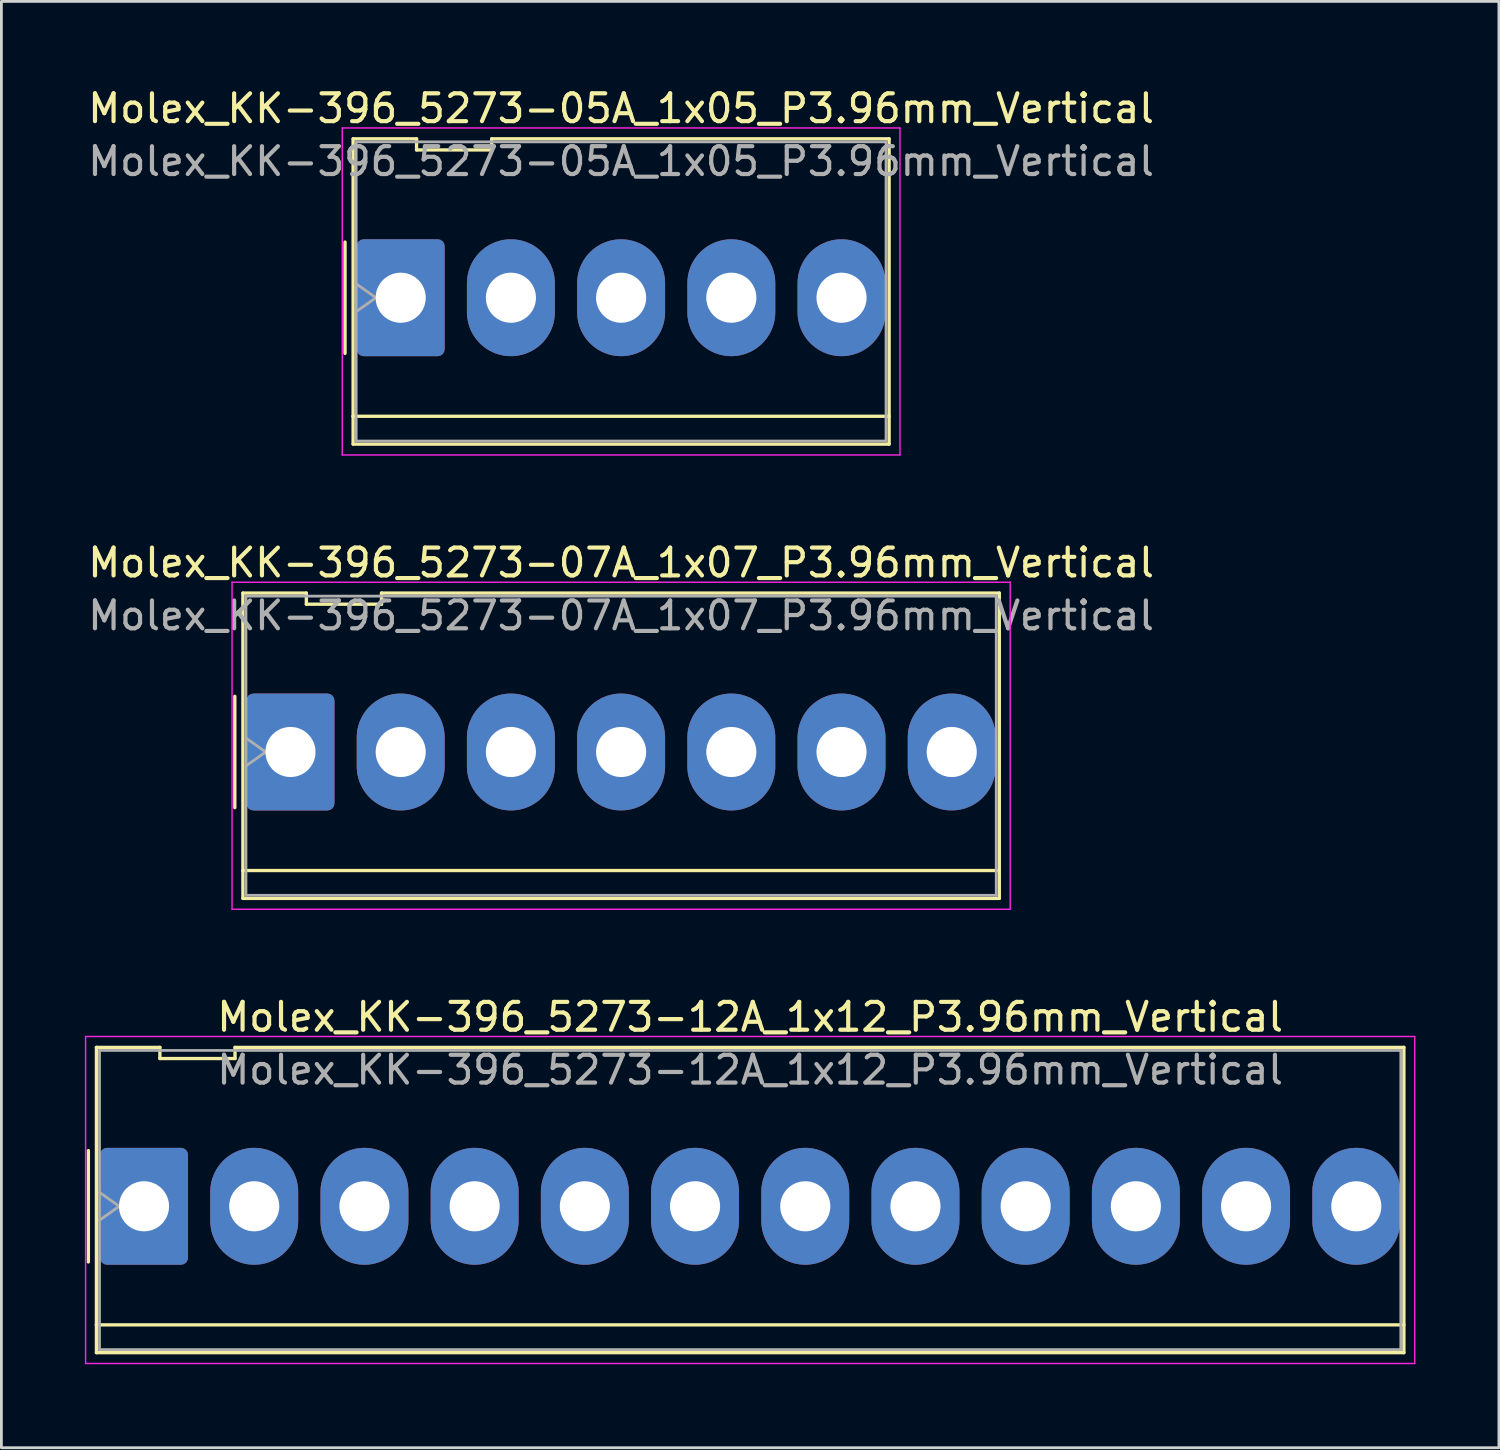
<source format=kicad_pcb>
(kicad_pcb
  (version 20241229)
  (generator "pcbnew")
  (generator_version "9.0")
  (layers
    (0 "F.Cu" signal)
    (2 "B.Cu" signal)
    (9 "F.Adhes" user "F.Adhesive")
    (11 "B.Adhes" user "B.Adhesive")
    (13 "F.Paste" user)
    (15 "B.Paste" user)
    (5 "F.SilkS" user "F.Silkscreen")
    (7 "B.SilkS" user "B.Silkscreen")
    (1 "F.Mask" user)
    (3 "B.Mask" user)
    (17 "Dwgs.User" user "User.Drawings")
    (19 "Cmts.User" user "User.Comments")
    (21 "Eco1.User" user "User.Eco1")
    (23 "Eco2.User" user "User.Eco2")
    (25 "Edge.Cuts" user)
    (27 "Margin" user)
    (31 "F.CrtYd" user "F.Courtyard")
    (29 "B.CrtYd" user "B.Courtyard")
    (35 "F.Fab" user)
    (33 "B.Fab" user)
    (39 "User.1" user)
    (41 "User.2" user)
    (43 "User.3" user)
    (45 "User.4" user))
  (footprint "Molex_KK-396_5273-05A_1x05_P3.96mm_Vertical"
    (layer "F.Cu")
    (at 11.348 7.648)
    (property "Reference" "Molex_KK-396_5273-05A_1x05_P3.96mm_Vertical" (at 7.92 -6.8 0) (layer "F.SilkS") (effects (font (size 1 1) (thickness 0.15))))
    (attr through_hole)
    (fp_line (start -2 -2) (end -2 2) (stroke (width 0.12) (type solid)) (layer "F.SilkS"))
    (fp_line (start -1.71 -5.71) (end 0.57 -5.71) (stroke (width 0.12) (type solid)) (layer "F.SilkS"))
    (fp_line (start -1.71 4.26) (end -1.71 -5.71) (stroke (width 0.12) (type solid)) (layer "F.SilkS"))
    (fp_line (start -1.71 4.26) (end 17.55 4.26) (stroke (width 0.12) (type solid)) (layer "F.SilkS"))
    (fp_line (start -1.71 5.26) (end -1.71 4.26) (stroke (width 0.12) (type solid)) (layer "F.SilkS"))
    (fp_line (start 0.57 -5.71) (end 0.57 -5.31) (stroke (width 0.12) (type solid)) (layer "F.SilkS"))
    (fp_line (start 0.57 -5.31) (end 3.27 -5.31) (stroke (width 0.12) (type solid)) (layer "F.SilkS"))
    (fp_line (start 3.27 -5.71) (end 17.55 -5.71) (stroke (width 0.12) (type solid)) (layer "F.SilkS"))
    (fp_line (start 3.27 -5.31) (end 3.27 -5.71) (stroke (width 0.12) (type solid)) (layer "F.SilkS"))
    (fp_line (start 17.55 -5.71) (end 17.55 5.26) (stroke (width 0.12) (type solid)) (layer "F.SilkS"))
    (fp_line (start 17.55 5.26) (end -1.71 5.26) (stroke (width 0.12) (type solid)) (layer "F.SilkS"))
    (fp_line (start -2.1 -6.1) (end -2.1 5.65) (stroke (width 0.05) (type solid)) (layer "F.CrtYd"))
    (fp_line (start -2.1 5.65) (end 17.94 5.65) (stroke (width 0.05) (type solid)) (layer "F.CrtYd"))
    (fp_line (start 17.94 -6.1) (end -2.1 -6.1) (stroke (width 0.05) (type solid)) (layer "F.CrtYd"))
    (fp_line (start 17.94 5.65) (end 17.94 -6.1) (stroke (width 0.05) (type solid)) (layer "F.CrtYd"))
    (fp_line (start -1.6 -5.6) (end 17.44 -5.6) (stroke (width 0.1) (type solid)) (layer "F.Fab"))
    (fp_line (start -1.6 -0.5) (end -0.893 0) (stroke (width 0.1) (type solid)) (layer "F.Fab"))
    (fp_line (start -1.6 5.15) (end -1.6 -5.6) (stroke (width 0.1) (type solid)) (layer "F.Fab"))
    (fp_line (start -0.893 0) (end -1.6 0.5) (stroke (width 0.1) (type solid)) (layer "F.Fab"))
    (fp_line (start 17.44 -5.6) (end 17.44 5.15) (stroke (width 0.1) (type solid)) (layer "F.Fab"))
    (fp_line (start 17.44 5.15) (end -1.6 5.15) (stroke (width 0.1) (type solid)) (layer "F.Fab"))
    (fp_text user "${REFERENCE}" (at 7.92 -4.9 0) (layer "F.Fab") (effects (font (size 1 1) (thickness 0.15))))
    (pad "1" thru_hole roundrect (at 0 0) (size 3.16 4.2) (drill 1.8) (layers "*.Cu" "*.Mask") (roundrect_rratio 0.079))
    (pad "2" thru_hole oval (at 3.96 0) (size 3.16 4.2) (drill 1.8) (layers "*.Cu" "*.Mask"))
    (pad "3" thru_hole oval (at 7.92 0) (size 3.16 4.2) (drill 1.8) (layers "*.Cu" "*.Mask"))
    (pad "4" thru_hole oval (at 11.88 0) (size 3.16 4.2) (drill 1.8) (layers "*.Cu" "*.Mask"))
    (pad "5" thru_hole oval (at 15.84 0) (size 3.16 4.2) (drill 1.8) (layers "*.Cu" "*.Mask")))
  (footprint "Molex_KK-396_5273-12A_1x12_P3.96mm_Vertical"
    (layer "F.Cu")
    (at 2.125 40.295)
    (property "Reference" "Molex_KK-396_5273-12A_1x12_P3.96mm_Vertical" (at 21.78 -6.8 0) (layer "F.SilkS") (effects (font (size 1 1) (thickness 0.15))))
    (attr through_hole)
    (fp_line (start -2 -2) (end -2 2) (stroke (width 0.12) (type solid)) (layer "F.SilkS"))
    (fp_line (start -1.71 -5.71) (end 0.57 -5.71) (stroke (width 0.12) (type solid)) (layer "F.SilkS"))
    (fp_line (start -1.71 4.26) (end -1.71 -5.71) (stroke (width 0.12) (type solid)) (layer "F.SilkS"))
    (fp_line (start -1.71 4.26) (end 45.27 4.26) (stroke (width 0.12) (type solid)) (layer "F.SilkS"))
    (fp_line (start -1.71 5.26) (end -1.71 4.26) (stroke (width 0.12) (type solid)) (layer "F.SilkS"))
    (fp_line (start 0.57 -5.71) (end 0.57 -5.31) (stroke (width 0.12) (type solid)) (layer "F.SilkS"))
    (fp_line (start 0.57 -5.31) (end 3.27 -5.31) (stroke (width 0.12) (type solid)) (layer "F.SilkS"))
    (fp_line (start 3.27 -5.71) (end 45.27 -5.71) (stroke (width 0.12) (type solid)) (layer "F.SilkS"))
    (fp_line (start 3.27 -5.31) (end 3.27 -5.71) (stroke (width 0.12) (type solid)) (layer "F.SilkS"))
    (fp_line (start 45.27 -5.71) (end 45.27 5.26) (stroke (width 0.12) (type solid)) (layer "F.SilkS"))
    (fp_line (start 45.27 5.26) (end -1.71 5.26) (stroke (width 0.12) (type solid)) (layer "F.SilkS"))
    (fp_line (start -2.1 -6.1) (end -2.1 5.65) (stroke (width 0.05) (type solid)) (layer "F.CrtYd"))
    (fp_line (start -2.1 5.65) (end 45.66 5.65) (stroke (width 0.05) (type solid)) (layer "F.CrtYd"))
    (fp_line (start 45.66 -6.1) (end -2.1 -6.1) (stroke (width 0.05) (type solid)) (layer "F.CrtYd"))
    (fp_line (start 45.66 5.65) (end 45.66 -6.1) (stroke (width 0.05) (type solid)) (layer "F.CrtYd"))
    (fp_line (start -1.6 -5.6) (end 45.16 -5.6) (stroke (width 0.1) (type solid)) (layer "F.Fab"))
    (fp_line (start -1.6 -0.5) (end -0.893 0) (stroke (width 0.1) (type solid)) (layer "F.Fab"))
    (fp_line (start -1.6 5.15) (end -1.6 -5.6) (stroke (width 0.1) (type solid)) (layer "F.Fab"))
    (fp_line (start -0.893 0) (end -1.6 0.5) (stroke (width 0.1) (type solid)) (layer "F.Fab"))
    (fp_line (start 45.16 -5.6) (end 45.16 5.15) (stroke (width 0.1) (type solid)) (layer "F.Fab"))
    (fp_line (start 45.16 5.15) (end -1.6 5.15) (stroke (width 0.1) (type solid)) (layer "F.Fab"))
    (fp_text user "${REFERENCE}" (at 21.78 -4.9 0) (layer "F.Fab") (effects (font (size 1 1) (thickness 0.15))))
    (pad "1" thru_hole roundrect (at 0 0) (size 3.16 4.2) (drill 1.8) (layers "*.Cu" "*.Mask") (roundrect_rratio 0.079))
    (pad "2" thru_hole oval (at 3.96 0) (size 3.16 4.2) (drill 1.8) (layers "*.Cu" "*.Mask"))
    (pad "3" thru_hole oval (at 7.92 0) (size 3.16 4.2) (drill 1.8) (layers "*.Cu" "*.Mask"))
    (pad "4" thru_hole oval (at 11.88 0) (size 3.16 4.2) (drill 1.8) (layers "*.Cu" "*.Mask"))
    (pad "5" thru_hole oval (at 15.84 0) (size 3.16 4.2) (drill 1.8) (layers "*.Cu" "*.Mask"))
    (pad "6" thru_hole oval (at 19.8 0) (size 3.16 4.2) (drill 1.8) (layers "*.Cu" "*.Mask"))
    (pad "7" thru_hole oval (at 23.76 0) (size 3.16 4.2) (drill 1.8) (layers "*.Cu" "*.Mask"))
    (pad "8" thru_hole oval (at 27.72 0) (size 3.16 4.2) (drill 1.8) (layers "*.Cu" "*.Mask"))
    (pad "9" thru_hole oval (at 31.68 0) (size 3.16 4.2) (drill 1.8) (layers "*.Cu" "*.Mask"))
    (pad "10" thru_hole oval (at 35.64 0) (size 3.16 4.2) (drill 1.8) (layers "*.Cu" "*.Mask"))
    (pad "11" thru_hole oval (at 39.6 0) (size 3.16 4.2) (drill 1.8) (layers "*.Cu" "*.Mask"))
    (pad "12" thru_hole oval (at 43.56 0) (size 3.16 4.2) (drill 1.8) (layers "*.Cu" "*.Mask")))
  (footprint "Molex_KK-396_5273-07A_1x07_P3.96mm_Vertical"
    (layer "F.Cu")
    (at 7.388 23.971)
    (property "Reference" "Molex_KK-396_5273-07A_1x07_P3.96mm_Vertical" (at 11.88 -6.8 0) (layer "F.SilkS") (effects (font (size 1 1) (thickness 0.15))))
    (attr through_hole)
    (fp_line (start -2 -2) (end -2 2) (stroke (width 0.12) (type solid)) (layer "F.SilkS"))
    (fp_line (start -1.71 -5.71) (end 0.57 -5.71) (stroke (width 0.12) (type solid)) (layer "F.SilkS"))
    (fp_line (start -1.71 4.26) (end -1.71 -5.71) (stroke (width 0.12) (type solid)) (layer "F.SilkS"))
    (fp_line (start -1.71 4.26) (end 25.47 4.26) (stroke (width 0.12) (type solid)) (layer "F.SilkS"))
    (fp_line (start -1.71 5.26) (end -1.71 4.26) (stroke (width 0.12) (type solid)) (layer "F.SilkS"))
    (fp_line (start 0.57 -5.71) (end 0.57 -5.31) (stroke (width 0.12) (type solid)) (layer "F.SilkS"))
    (fp_line (start 0.57 -5.31) (end 3.27 -5.31) (stroke (width 0.12) (type solid)) (layer "F.SilkS"))
    (fp_line (start 3.27 -5.71) (end 25.47 -5.71) (stroke (width 0.12) (type solid)) (layer "F.SilkS"))
    (fp_line (start 3.27 -5.31) (end 3.27 -5.71) (stroke (width 0.12) (type solid)) (layer "F.SilkS"))
    (fp_line (start 25.47 -5.71) (end 25.47 5.26) (stroke (width 0.12) (type solid)) (layer "F.SilkS"))
    (fp_line (start 25.47 5.26) (end -1.71 5.26) (stroke (width 0.12) (type solid)) (layer "F.SilkS"))
    (fp_line (start -2.1 -6.1) (end -2.1 5.65) (stroke (width 0.05) (type solid)) (layer "F.CrtYd"))
    (fp_line (start -2.1 5.65) (end 25.86 5.65) (stroke (width 0.05) (type solid)) (layer "F.CrtYd"))
    (fp_line (start 25.86 -6.1) (end -2.1 -6.1) (stroke (width 0.05) (type solid)) (layer "F.CrtYd"))
    (fp_line (start 25.86 5.65) (end 25.86 -6.1) (stroke (width 0.05) (type solid)) (layer "F.CrtYd"))
    (fp_line (start -1.6 -5.6) (end 25.36 -5.6) (stroke (width 0.1) (type solid)) (layer "F.Fab"))
    (fp_line (start -1.6 -0.5) (end -0.893 0) (stroke (width 0.1) (type solid)) (layer "F.Fab"))
    (fp_line (start -1.6 5.15) (end -1.6 -5.6) (stroke (width 0.1) (type solid)) (layer "F.Fab"))
    (fp_line (start -0.893 0) (end -1.6 0.5) (stroke (width 0.1) (type solid)) (layer "F.Fab"))
    (fp_line (start 25.36 -5.6) (end 25.36 5.15) (stroke (width 0.1) (type solid)) (layer "F.Fab"))
    (fp_line (start 25.36 5.15) (end -1.6 5.15) (stroke (width 0.1) (type solid)) (layer "F.Fab"))
    (fp_text user "${REFERENCE}" (at 11.88 -4.9 0) (layer "F.Fab") (effects (font (size 1 1) (thickness 0.15))))
    (pad "1" thru_hole roundrect (at 0 0) (size 3.16 4.2) (drill 1.8) (layers "*.Cu" "*.Mask") (roundrect_rratio 0.079))
    (pad "2" thru_hole oval (at 3.96 0) (size 3.16 4.2) (drill 1.8) (layers "*.Cu" "*.Mask"))
    (pad "3" thru_hole oval (at 7.92 0) (size 3.16 4.2) (drill 1.8) (layers "*.Cu" "*.Mask"))
    (pad "4" thru_hole oval (at 11.88 0) (size 3.16 4.2) (drill 1.8) (layers "*.Cu" "*.Mask"))
    (pad "5" thru_hole oval (at 15.84 0) (size 3.16 4.2) (drill 1.8) (layers "*.Cu" "*.Mask"))
    (pad "6" thru_hole oval (at 19.8 0) (size 3.16 4.2) (drill 1.8) (layers "*.Cu" "*.Mask"))
    (pad "7" thru_hole oval (at 23.76 0) (size 3.16 4.2) (drill 1.8) (layers "*.Cu" "*.Mask")))
  (gr_rect
    (start -3 -3)
    (end 50.81 48.97)
    (stroke (width 0.1) (type default))
    (fill no)
    (layer "Edge.Cuts")))
</source>
